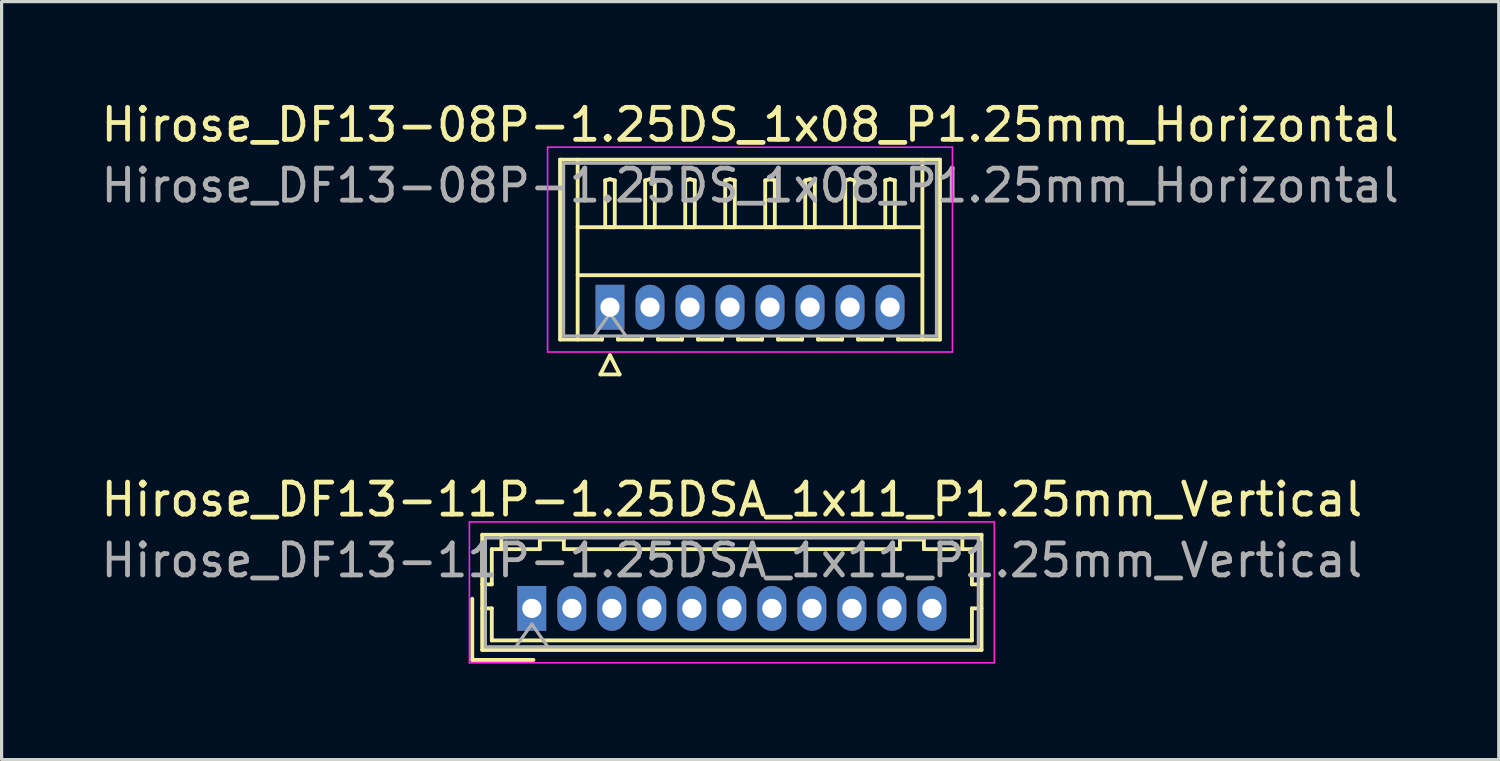
<source format=kicad_pcb>
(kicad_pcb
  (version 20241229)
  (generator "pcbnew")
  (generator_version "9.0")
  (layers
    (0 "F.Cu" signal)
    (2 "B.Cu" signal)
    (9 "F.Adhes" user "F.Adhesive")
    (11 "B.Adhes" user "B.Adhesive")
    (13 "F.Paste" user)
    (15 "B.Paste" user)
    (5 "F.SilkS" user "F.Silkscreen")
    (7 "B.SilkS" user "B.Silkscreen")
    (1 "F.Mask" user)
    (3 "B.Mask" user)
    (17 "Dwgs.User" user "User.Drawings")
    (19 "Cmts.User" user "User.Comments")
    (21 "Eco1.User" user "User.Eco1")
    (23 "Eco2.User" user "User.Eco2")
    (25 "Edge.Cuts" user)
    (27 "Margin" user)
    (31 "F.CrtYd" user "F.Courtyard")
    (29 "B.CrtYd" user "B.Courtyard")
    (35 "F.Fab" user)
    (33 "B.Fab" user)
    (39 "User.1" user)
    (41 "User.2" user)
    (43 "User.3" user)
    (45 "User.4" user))
  (footprint "Hirose_DF13-11P-1.25DSA_1x11_P1.25mm_Vertical"
    (layer "F.Cu")
    (at 13.565 15.957)
    (property "Reference" "Hirose_DF13-11P-1.25DSA_1x11_P1.25mm_Vertical" (at 6.25 -3.4 0) (layer "F.SilkS") (effects (font (size 1 1) (thickness 0.15))))
    (attr through_hole)
    (fp_line (start -1.86 -0.3) (end -1.86 1.61) (stroke (width 0.12) (type solid)) (layer "F.SilkS"))
    (fp_line (start -1.86 1.61) (end 0.05 1.61) (stroke (width 0.12) (type solid)) (layer "F.SilkS"))
    (fp_line (start -1.55 -2.3) (end -1.55 1.3) (stroke (width 0.12) (type solid)) (layer "F.SilkS"))
    (fp_line (start -1.55 -0.75) (end -1.25 -0.75) (stroke (width 0.12) (type solid)) (layer "F.SilkS"))
    (fp_line (start -1.55 0) (end -1.25 0) (stroke (width 0.12) (type solid)) (layer "F.SilkS"))
    (fp_line (start -1.55 1.3) (end 14.05 1.3) (stroke (width 0.12) (type solid)) (layer "F.SilkS"))
    (fp_line (start -1.25 -1.85) (end -0.95 -1.85) (stroke (width 0.12) (type solid)) (layer "F.SilkS"))
    (fp_line (start -1.25 -0.75) (end -1.25 -1.85) (stroke (width 0.12) (type solid)) (layer "F.SilkS"))
    (fp_line (start -1.25 0) (end -1.25 1) (stroke (width 0.12) (type solid)) (layer "F.SilkS"))
    (fp_line (start -1.25 1) (end 13.75 1) (stroke (width 0.12) (type solid)) (layer "F.SilkS"))
    (fp_line (start -0.95 -1.85) (end -0.95 -2.3) (stroke (width 0.12) (type solid)) (layer "F.SilkS"))
    (fp_line (start -0.95 -1.85) (end 0.25 -1.85) (stroke (width 0.12) (type solid)) (layer "F.SilkS"))
    (fp_line (start 0.25 -2.15) (end 1 -2.15) (stroke (width 0.12) (type solid)) (layer "F.SilkS"))
    (fp_line (start 0.25 -1.85) (end 0.25 -2.15) (stroke (width 0.12) (type solid)) (layer "F.SilkS"))
    (fp_line (start 1 -2.15) (end 1 -1.85) (stroke (width 0.12) (type solid)) (layer "F.SilkS"))
    (fp_line (start 1 -1.85) (end 11.5 -1.85) (stroke (width 0.12) (type solid)) (layer "F.SilkS"))
    (fp_line (start 11.5 -2.15) (end 12.25 -2.15) (stroke (width 0.12) (type solid)) (layer "F.SilkS"))
    (fp_line (start 11.5 -1.85) (end 11.5 -2.15) (stroke (width 0.12) (type solid)) (layer "F.SilkS"))
    (fp_line (start 12.25 -2.15) (end 12.25 -1.85) (stroke (width 0.12) (type solid)) (layer "F.SilkS"))
    (fp_line (start 12.25 -1.85) (end 13.45 -1.85) (stroke (width 0.12) (type solid)) (layer "F.SilkS"))
    (fp_line (start 13.45 -1.85) (end 13.45 -2.3) (stroke (width 0.12) (type solid)) (layer "F.SilkS"))
    (fp_line (start 13.75 -1.85) (end 13.45 -1.85) (stroke (width 0.12) (type solid)) (layer "F.SilkS"))
    (fp_line (start 13.75 -0.75) (end 13.75 -1.85) (stroke (width 0.12) (type solid)) (layer "F.SilkS"))
    (fp_line (start 13.75 0) (end 14.05 0) (stroke (width 0.12) (type solid)) (layer "F.SilkS"))
    (fp_line (start 13.75 1) (end 13.75 0) (stroke (width 0.12) (type solid)) (layer "F.SilkS"))
    (fp_line (start 14.05 -2.3) (end -1.55 -2.3) (stroke (width 0.12) (type solid)) (layer "F.SilkS"))
    (fp_line (start 14.05 -0.75) (end 13.75 -0.75) (stroke (width 0.12) (type solid)) (layer "F.SilkS"))
    (fp_line (start 14.05 1.3) (end 14.05 -2.3) (stroke (width 0.12) (type solid)) (layer "F.SilkS"))
    (fp_line (start -1.95 -2.7) (end -1.95 1.7) (stroke (width 0.05) (type solid)) (layer "F.CrtYd"))
    (fp_line (start -1.95 1.7) (end 14.45 1.7) (stroke (width 0.05) (type solid)) (layer "F.CrtYd"))
    (fp_line (start 14.45 -2.7) (end -1.95 -2.7) (stroke (width 0.05) (type solid)) (layer "F.CrtYd"))
    (fp_line (start 14.45 1.7) (end 14.45 -2.7) (stroke (width 0.05) (type solid)) (layer "F.CrtYd"))
    (fp_line (start -1.45 -2.2) (end -1.45 1.2) (stroke (width 0.1) (type solid)) (layer "F.Fab"))
    (fp_line (start -1.45 1.2) (end 13.95 1.2) (stroke (width 0.1) (type solid)) (layer "F.Fab"))
    (fp_line (start -0.5 1.2) (end 0 0.493) (stroke (width 0.1) (type solid)) (layer "F.Fab"))
    (fp_line (start 0 0.493) (end 0.5 1.2) (stroke (width 0.1) (type solid)) (layer "F.Fab"))
    (fp_line (start 13.95 -2.2) (end -1.45 -2.2) (stroke (width 0.1) (type solid)) (layer "F.Fab"))
    (fp_line (start 13.95 1.2) (end 13.95 -2.2) (stroke (width 0.1) (type solid)) (layer "F.Fab"))
    (fp_text user "${REFERENCE}" (at 6.25 -1.5 0) (layer "F.Fab") (effects (font (size 1 1) (thickness 0.15))))
    (pad "1" thru_hole rect (at 0 0) (size 0.9 1.4) (drill 0.6) (layers "*.Cu" "*.Mask"))
    (pad "2" thru_hole oval (at 1.25 0) (size 0.9 1.4) (drill 0.6) (layers "*.Cu" "*.Mask"))
    (pad "3" thru_hole oval (at 2.5 0) (size 0.9 1.4) (drill 0.6) (layers "*.Cu" "*.Mask"))
    (pad "4" thru_hole oval (at 3.75 0) (size 0.9 1.4) (drill 0.6) (layers "*.Cu" "*.Mask"))
    (pad "5" thru_hole oval (at 5 0) (size 0.9 1.4) (drill 0.6) (layers "*.Cu" "*.Mask"))
    (pad "6" thru_hole oval (at 6.25 0) (size 0.9 1.4) (drill 0.6) (layers "*.Cu" "*.Mask"))
    (pad "7" thru_hole oval (at 7.5 0) (size 0.9 1.4) (drill 0.6) (layers "*.Cu" "*.Mask"))
    (pad "8" thru_hole oval (at 8.75 0) (size 0.9 1.4) (drill 0.6) (layers "*.Cu" "*.Mask"))
    (pad "9" thru_hole oval (at 10 0) (size 0.9 1.4) (drill 0.6) (layers "*.Cu" "*.Mask"))
    (pad "10" thru_hole oval (at 11.25 0) (size 0.9 1.4) (drill 0.6) (layers "*.Cu" "*.Mask"))
    (pad "11" thru_hole oval (at 12.5 0) (size 0.9 1.4) (drill 0.6) (layers "*.Cu" "*.Mask")))
  (footprint "Hirose_DF13-08P-1.25DS_1x08_P1.25mm_Horizontal"
    (layer "F.Cu")
    (at 16.007 6.548)
    (property "Reference" "Hirose_DF13-08P-1.25DS_1x08_P1.25mm_Horizontal" (at 4.38 -5.7 0) (layer "F.SilkS") (effects (font (size 1 1) (thickness 0.15))))
    (attr through_hole)
    (fp_line (start -1.56 -4.61) (end 10.31 -4.61) (stroke (width 0.12) (type solid)) (layer "F.SilkS"))
    (fp_line (start -1.56 1.01) (end -1.56 -4.61) (stroke (width 0.12) (type solid)) (layer "F.SilkS"))
    (fp_line (start -1.01 -4.61) (end -1.01 1.01) (stroke (width 0.12) (type solid)) (layer "F.SilkS"))
    (fp_line (start -1.01 -2.5) (end 9.76 -2.5) (stroke (width 0.12) (type solid)) (layer "F.SilkS"))
    (fp_line (start -1.01 -1) (end 9.76 -1) (stroke (width 0.12) (type solid)) (layer "F.SilkS"))
    (fp_line (start -0.3 2.1) (end 0.3 2.1) (stroke (width 0.12) (type solid)) (layer "F.SilkS"))
    (fp_line (start -0.25 0.96) (end -0.25 1.01) (stroke (width 0.12) (type solid)) (layer "F.SilkS"))
    (fp_line (start -0.25 1.01) (end -1.56 1.01) (stroke (width 0.12) (type solid)) (layer "F.SilkS"))
    (fp_line (start -0.15 -3.962) (end 0 -4) (stroke (width 0.12) (type solid)) (layer "F.SilkS"))
    (fp_line (start -0.15 -2.5) (end -0.15 -3.962) (stroke (width 0.12) (type solid)) (layer "F.SilkS"))
    (fp_line (start 0 -4) (end 0.15 -3.962) (stroke (width 0.12) (type solid)) (layer "F.SilkS"))
    (fp_line (start 0 -2.5) (end -0.15 -2.5) (stroke (width 0.12) (type solid)) (layer "F.SilkS"))
    (fp_line (start 0 1.5) (end -0.3 2.1) (stroke (width 0.12) (type solid)) (layer "F.SilkS"))
    (fp_line (start 0.15 -3.962) (end 0.15 -2.5) (stroke (width 0.12) (type solid)) (layer "F.SilkS"))
    (fp_line (start 0.15 -2.5) (end 0 -2.5) (stroke (width 0.12) (type solid)) (layer "F.SilkS"))
    (fp_line (start 0.25 0.96) (end 0.25 1.01) (stroke (width 0.12) (type solid)) (layer "F.SilkS"))
    (fp_line (start 0.25 1.01) (end 1 1.01) (stroke (width 0.12) (type solid)) (layer "F.SilkS"))
    (fp_line (start 0.3 2.1) (end 0 1.5) (stroke (width 0.12) (type solid)) (layer "F.SilkS"))
    (fp_line (start 1 1.01) (end 1 0.96) (stroke (width 0.12) (type solid)) (layer "F.SilkS"))
    (fp_line (start 1.1 -3.962) (end 1.25 -4) (stroke (width 0.12) (type solid)) (layer "F.SilkS"))
    (fp_line (start 1.1 -2.5) (end 1.1 -3.962) (stroke (width 0.12) (type solid)) (layer "F.SilkS"))
    (fp_line (start 1.25 -4) (end 1.4 -3.962) (stroke (width 0.12) (type solid)) (layer "F.SilkS"))
    (fp_line (start 1.25 -2.5) (end 1.1 -2.5) (stroke (width 0.12) (type solid)) (layer "F.SilkS"))
    (fp_line (start 1.4 -3.962) (end 1.4 -2.5) (stroke (width 0.12) (type solid)) (layer "F.SilkS"))
    (fp_line (start 1.4 -2.5) (end 1.25 -2.5) (stroke (width 0.12) (type solid)) (layer "F.SilkS"))
    (fp_line (start 1.5 0.96) (end 1.5 1.01) (stroke (width 0.12) (type solid)) (layer "F.SilkS"))
    (fp_line (start 1.5 1.01) (end 2.25 1.01) (stroke (width 0.12) (type solid)) (layer "F.SilkS"))
    (fp_line (start 2.25 1.01) (end 2.25 0.96) (stroke (width 0.12) (type solid)) (layer "F.SilkS"))
    (fp_line (start 2.35 -3.962) (end 2.5 -4) (stroke (width 0.12) (type solid)) (layer "F.SilkS"))
    (fp_line (start 2.35 -2.5) (end 2.35 -3.962) (stroke (width 0.12) (type solid)) (layer "F.SilkS"))
    (fp_line (start 2.5 -4) (end 2.65 -3.962) (stroke (width 0.12) (type solid)) (layer "F.SilkS"))
    (fp_line (start 2.5 -2.5) (end 2.35 -2.5) (stroke (width 0.12) (type solid)) (layer "F.SilkS"))
    (fp_line (start 2.65 -3.962) (end 2.65 -2.5) (stroke (width 0.12) (type solid)) (layer "F.SilkS"))
    (fp_line (start 2.65 -2.5) (end 2.5 -2.5) (stroke (width 0.12) (type solid)) (layer "F.SilkS"))
    (fp_line (start 2.75 0.96) (end 2.75 1.01) (stroke (width 0.12) (type solid)) (layer "F.SilkS"))
    (fp_line (start 2.75 1.01) (end 3.5 1.01) (stroke (width 0.12) (type solid)) (layer "F.SilkS"))
    (fp_line (start 3.5 1.01) (end 3.5 0.96) (stroke (width 0.12) (type solid)) (layer "F.SilkS"))
    (fp_line (start 3.6 -3.962) (end 3.75 -4) (stroke (width 0.12) (type solid)) (layer "F.SilkS"))
    (fp_line (start 3.6 -2.5) (end 3.6 -3.962) (stroke (width 0.12) (type solid)) (layer "F.SilkS"))
    (fp_line (start 3.75 -4) (end 3.9 -3.962) (stroke (width 0.12) (type solid)) (layer "F.SilkS"))
    (fp_line (start 3.75 -2.5) (end 3.6 -2.5) (stroke (width 0.12) (type solid)) (layer "F.SilkS"))
    (fp_line (start 3.9 -3.962) (end 3.9 -2.5) (stroke (width 0.12) (type solid)) (layer "F.SilkS"))
    (fp_line (start 3.9 -2.5) (end 3.75 -2.5) (stroke (width 0.12) (type solid)) (layer "F.SilkS"))
    (fp_line (start 4 0.96) (end 4 1.01) (stroke (width 0.12) (type solid)) (layer "F.SilkS"))
    (fp_line (start 4 1.01) (end 4.75 1.01) (stroke (width 0.12) (type solid)) (layer "F.SilkS"))
    (fp_line (start 4.75 1.01) (end 4.75 0.96) (stroke (width 0.12) (type solid)) (layer "F.SilkS"))
    (fp_line (start 4.85 -3.962) (end 5 -4) (stroke (width 0.12) (type solid)) (layer "F.SilkS"))
    (fp_line (start 4.85 -2.5) (end 4.85 -3.962) (stroke (width 0.12) (type solid)) (layer "F.SilkS"))
    (fp_line (start 5 -4) (end 5.15 -3.962) (stroke (width 0.12) (type solid)) (layer "F.SilkS"))
    (fp_line (start 5 -2.5) (end 4.85 -2.5) (stroke (width 0.12) (type solid)) (layer "F.SilkS"))
    (fp_line (start 5.15 -3.962) (end 5.15 -2.5) (stroke (width 0.12) (type solid)) (layer "F.SilkS"))
    (fp_line (start 5.15 -2.5) (end 5 -2.5) (stroke (width 0.12) (type solid)) (layer "F.SilkS"))
    (fp_line (start 5.25 0.96) (end 5.25 1.01) (stroke (width 0.12) (type solid)) (layer "F.SilkS"))
    (fp_line (start 5.25 1.01) (end 6 1.01) (stroke (width 0.12) (type solid)) (layer "F.SilkS"))
    (fp_line (start 6 1.01) (end 6 0.96) (stroke (width 0.12) (type solid)) (layer "F.SilkS"))
    (fp_line (start 6.1 -3.962) (end 6.25 -4) (stroke (width 0.12) (type solid)) (layer "F.SilkS"))
    (fp_line (start 6.1 -2.5) (end 6.1 -3.962) (stroke (width 0.12) (type solid)) (layer "F.SilkS"))
    (fp_line (start 6.25 -4) (end 6.4 -3.962) (stroke (width 0.12) (type solid)) (layer "F.SilkS"))
    (fp_line (start 6.25 -2.5) (end 6.1 -2.5) (stroke (width 0.12) (type solid)) (layer "F.SilkS"))
    (fp_line (start 6.4 -3.962) (end 6.4 -2.5) (stroke (width 0.12) (type solid)) (layer "F.SilkS"))
    (fp_line (start 6.4 -2.5) (end 6.25 -2.5) (stroke (width 0.12) (type solid)) (layer "F.SilkS"))
    (fp_line (start 6.5 0.96) (end 6.5 1.01) (stroke (width 0.12) (type solid)) (layer "F.SilkS"))
    (fp_line (start 6.5 1.01) (end 7.25 1.01) (stroke (width 0.12) (type solid)) (layer "F.SilkS"))
    (fp_line (start 7.25 1.01) (end 7.25 0.96) (stroke (width 0.12) (type solid)) (layer "F.SilkS"))
    (fp_line (start 7.35 -3.962) (end 7.5 -4) (stroke (width 0.12) (type solid)) (layer "F.SilkS"))
    (fp_line (start 7.35 -2.5) (end 7.35 -3.962) (stroke (width 0.12) (type solid)) (layer "F.SilkS"))
    (fp_line (start 7.5 -4) (end 7.65 -3.962) (stroke (width 0.12) (type solid)) (layer "F.SilkS"))
    (fp_line (start 7.5 -2.5) (end 7.35 -2.5) (stroke (width 0.12) (type solid)) (layer "F.SilkS"))
    (fp_line (start 7.65 -3.962) (end 7.65 -2.5) (stroke (width 0.12) (type solid)) (layer "F.SilkS"))
    (fp_line (start 7.65 -2.5) (end 7.5 -2.5) (stroke (width 0.12) (type solid)) (layer "F.SilkS"))
    (fp_line (start 7.75 0.96) (end 7.75 1.01) (stroke (width 0.12) (type solid)) (layer "F.SilkS"))
    (fp_line (start 7.75 1.01) (end 8.5 1.01) (stroke (width 0.12) (type solid)) (layer "F.SilkS"))
    (fp_line (start 8.5 1.01) (end 8.5 0.96) (stroke (width 0.12) (type solid)) (layer "F.SilkS"))
    (fp_line (start 8.6 -3.962) (end 8.75 -4) (stroke (width 0.12) (type solid)) (layer "F.SilkS"))
    (fp_line (start 8.6 -2.5) (end 8.6 -3.962) (stroke (width 0.12) (type solid)) (layer "F.SilkS"))
    (fp_line (start 8.75 -4) (end 8.9 -3.962) (stroke (width 0.12) (type solid)) (layer "F.SilkS"))
    (fp_line (start 8.75 -2.5) (end 8.6 -2.5) (stroke (width 0.12) (type solid)) (layer "F.SilkS"))
    (fp_line (start 8.9 -3.962) (end 8.9 -2.5) (stroke (width 0.12) (type solid)) (layer "F.SilkS"))
    (fp_line (start 8.9 -2.5) (end 8.75 -2.5) (stroke (width 0.12) (type solid)) (layer "F.SilkS"))
    (fp_line (start 9 1.01) (end 9 0.96) (stroke (width 0.12) (type solid)) (layer "F.SilkS"))
    (fp_line (start 9.76 -4.61) (end 9.76 1.01) (stroke (width 0.12) (type solid)) (layer "F.SilkS"))
    (fp_line (start 10.31 -4.61) (end 10.31 1.01) (stroke (width 0.12) (type solid)) (layer "F.SilkS"))
    (fp_line (start 10.31 1.01) (end 9 1.01) (stroke (width 0.12) (type solid)) (layer "F.SilkS"))
    (fp_line (start -1.95 -5) (end -1.95 1.4) (stroke (width 0.05) (type solid)) (layer "F.CrtYd"))
    (fp_line (start -1.95 1.4) (end 10.7 1.4) (stroke (width 0.05) (type solid)) (layer "F.CrtYd"))
    (fp_line (start 10.7 -5) (end -1.95 -5) (stroke (width 0.05) (type solid)) (layer "F.CrtYd"))
    (fp_line (start 10.7 1.4) (end 10.7 -5) (stroke (width 0.05) (type solid)) (layer "F.CrtYd"))
    (fp_line (start -1.45 -4.5) (end -1.45 0.9) (stroke (width 0.1) (type solid)) (layer "F.Fab"))
    (fp_line (start -1.45 0.9) (end 10.2 0.9) (stroke (width 0.1) (type solid)) (layer "F.Fab"))
    (fp_line (start -0.5 0.9) (end 0 0.193) (stroke (width 0.1) (type solid)) (layer "F.Fab"))
    (fp_line (start 0 0.193) (end 0.5 0.9) (stroke (width 0.1) (type solid)) (layer "F.Fab"))
    (fp_line (start 10.2 -4.5) (end -1.45 -4.5) (stroke (width 0.1) (type solid)) (layer "F.Fab"))
    (fp_line (start 10.2 0.9) (end 10.2 -4.5) (stroke (width 0.1) (type solid)) (layer "F.Fab"))
    (fp_text user "${REFERENCE}" (at 4.38 -3.8 0) (layer "F.Fab") (effects (font (size 1 1) (thickness 0.15))))
    (pad "1" thru_hole rect (at 0 0) (size 0.9 1.4) (drill 0.6) (layers "*.Cu" "*.Mask"))
    (pad "2" thru_hole oval (at 1.25 0) (size 0.9 1.4) (drill 0.6) (layers "*.Cu" "*.Mask"))
    (pad "3" thru_hole oval (at 2.5 0) (size 0.9 1.4) (drill 0.6) (layers "*.Cu" "*.Mask"))
    (pad "4" thru_hole oval (at 3.75 0) (size 0.9 1.4) (drill 0.6) (layers "*.Cu" "*.Mask"))
    (pad "5" thru_hole oval (at 5 0) (size 0.9 1.4) (drill 0.6) (layers "*.Cu" "*.Mask"))
    (pad "6" thru_hole oval (at 6.25 0) (size 0.9 1.4) (drill 0.6) (layers "*.Cu" "*.Mask"))
    (pad "7" thru_hole oval (at 7.5 0) (size 0.9 1.4) (drill 0.6) (layers "*.Cu" "*.Mask"))
    (pad "8" thru_hole oval (at 8.75 0) (size 0.9 1.4) (drill 0.6) (layers "*.Cu" "*.Mask")))
  (gr_rect
    (start -3 -3)
    (end 43.774 20.681)
    (stroke (width 0.1) (type default))
    (fill no)
    (layer "Edge.Cuts")))
</source>
